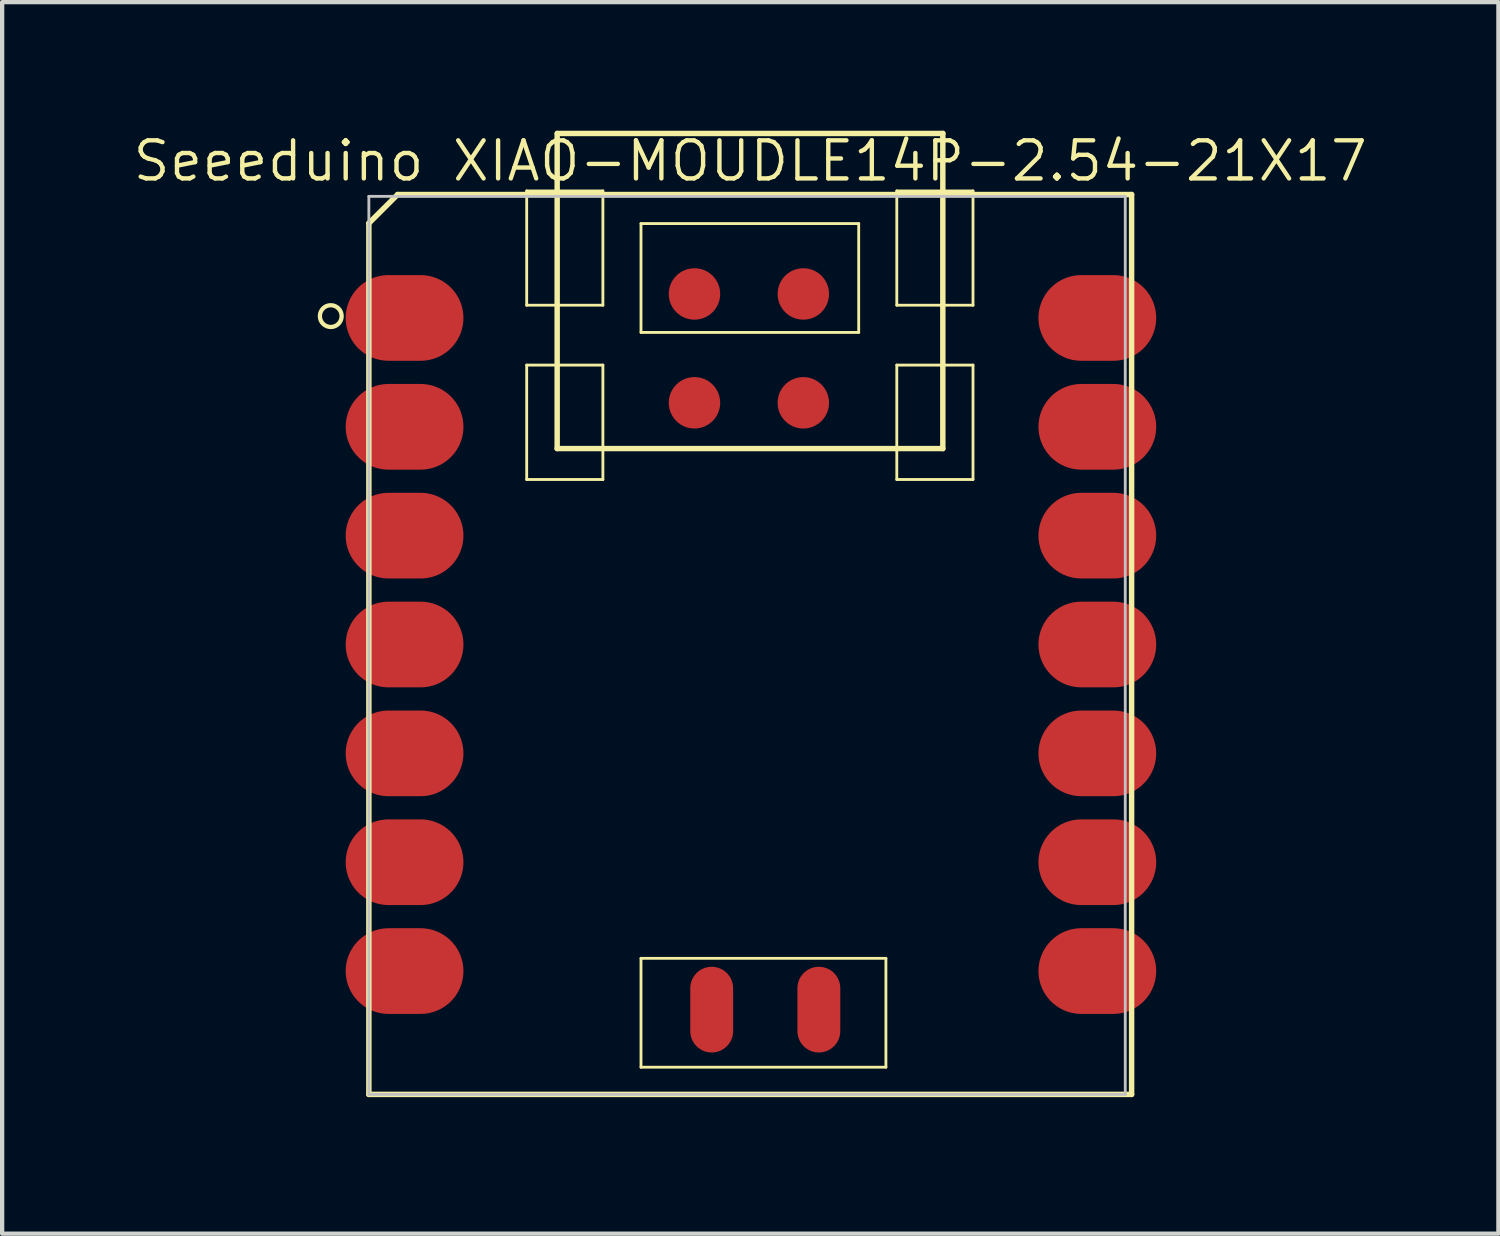
<source format=kicad_pcb>
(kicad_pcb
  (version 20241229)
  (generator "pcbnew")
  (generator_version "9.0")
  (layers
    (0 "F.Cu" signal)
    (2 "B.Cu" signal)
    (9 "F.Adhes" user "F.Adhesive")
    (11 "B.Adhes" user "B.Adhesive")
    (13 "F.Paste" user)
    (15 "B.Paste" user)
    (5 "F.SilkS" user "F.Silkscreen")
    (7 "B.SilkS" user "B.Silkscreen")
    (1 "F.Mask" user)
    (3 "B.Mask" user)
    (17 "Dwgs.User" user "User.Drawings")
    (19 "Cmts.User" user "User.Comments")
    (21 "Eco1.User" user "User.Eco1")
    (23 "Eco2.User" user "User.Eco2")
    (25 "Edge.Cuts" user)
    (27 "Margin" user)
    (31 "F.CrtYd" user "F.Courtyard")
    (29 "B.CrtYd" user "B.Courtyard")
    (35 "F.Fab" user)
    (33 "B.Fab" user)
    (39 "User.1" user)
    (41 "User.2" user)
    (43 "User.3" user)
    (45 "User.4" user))
  (footprint "Seeeduino XIAO-MOUDLE14P-2.54-21X17"
    (layer "F.Cu")
    (at 5.557 22.487)
    (property "Reference" "Seeeduino XIAO-MOUDLE14P-2.54-21X17" (at 8.9 -21.78 0) (layer "F.SilkS") (effects (font (size 0.889 0.889) (thickness 0.102))))
    (attr smd)
    (fp_line (start 0 -20.328) (end 0 0) (stroke (width 0.127) (type solid)) (layer "F.SilkS"))
    (fp_line (start 0 0) (end 17.798 0) (stroke (width 0.127) (type solid)) (layer "F.SilkS"))
    (fp_line (start 0.671 -20.998) (end 0 -20.328) (stroke (width 0.127) (type solid)) (layer "F.SilkS"))
    (fp_line (start 3.683 -21.082) (end 5.461 -21.082) (stroke (width 0.066) (type solid)) (layer "F.SilkS"))
    (fp_line (start 3.683 -18.415) (end 3.683 -21.082) (stroke (width 0.066) (type solid)) (layer "F.SilkS"))
    (fp_line (start 3.683 -18.415) (end 5.461 -18.415) (stroke (width 0.066) (type solid)) (layer "F.SilkS"))
    (fp_line (start 3.683 -17.018) (end 5.461 -17.018) (stroke (width 0.066) (type solid)) (layer "F.SilkS"))
    (fp_line (start 3.683 -14.348) (end 3.683 -17.018) (stroke (width 0.066) (type solid)) (layer "F.SilkS"))
    (fp_line (start 3.683 -14.348) (end 5.461 -14.348) (stroke (width 0.066) (type solid)) (layer "F.SilkS"))
    (fp_line (start 4.394 -15.07) (end 4.394 -22.423) (stroke (width 0.127) (type solid)) (layer "F.SilkS"))
    (fp_line (start 4.399 -22.423) (end 13.393 -22.423) (stroke (width 0.127) (type solid)) (layer "F.SilkS"))
    (fp_line (start 5.461 -18.415) (end 5.461 -21.082) (stroke (width 0.066) (type solid)) (layer "F.SilkS"))
    (fp_line (start 5.461 -14.348) (end 5.461 -17.018) (stroke (width 0.066) (type solid)) (layer "F.SilkS"))
    (fp_line (start 6.35 -20.32) (end 11.43 -20.32) (stroke (width 0.066) (type solid)) (layer "F.SilkS"))
    (fp_line (start 6.35 -17.78) (end 6.35 -20.32) (stroke (width 0.066) (type solid)) (layer "F.SilkS"))
    (fp_line (start 6.35 -17.78) (end 11.43 -17.78) (stroke (width 0.066) (type solid)) (layer "F.SilkS"))
    (fp_line (start 6.35 -3.175) (end 12.065 -3.175) (stroke (width 0.066) (type solid)) (layer "F.SilkS"))
    (fp_line (start 6.35 -0.635) (end 6.35 -3.175) (stroke (width 0.066) (type solid)) (layer "F.SilkS"))
    (fp_line (start 6.35 -0.635) (end 12.065 -0.635) (stroke (width 0.066) (type solid)) (layer "F.SilkS"))
    (fp_line (start 11.43 -17.78) (end 11.43 -20.32) (stroke (width 0.066) (type solid)) (layer "F.SilkS"))
    (fp_line (start 12.065 -0.635) (end 12.065 -3.175) (stroke (width 0.066) (type solid)) (layer "F.SilkS"))
    (fp_line (start 12.319 -21.082) (end 14.097 -21.082) (stroke (width 0.066) (type solid)) (layer "F.SilkS"))
    (fp_line (start 12.319 -18.415) (end 12.319 -21.082) (stroke (width 0.066) (type solid)) (layer "F.SilkS"))
    (fp_line (start 12.319 -18.415) (end 14.097 -18.415) (stroke (width 0.066) (type solid)) (layer "F.SilkS"))
    (fp_line (start 12.319 -17.018) (end 14.097 -17.018) (stroke (width 0.066) (type solid)) (layer "F.SilkS"))
    (fp_line (start 12.319 -14.348) (end 12.319 -17.018) (stroke (width 0.066) (type solid)) (layer "F.SilkS"))
    (fp_line (start 12.319 -14.348) (end 14.097 -14.348) (stroke (width 0.066) (type solid)) (layer "F.SilkS"))
    (fp_line (start 13.393 -22.423) (end 13.393 -15.07) (stroke (width 0.127) (type solid)) (layer "F.SilkS"))
    (fp_line (start 13.393 -15.07) (end 4.394 -15.07) (stroke (width 0.127) (type solid)) (layer "F.SilkS"))
    (fp_line (start 14.097 -18.415) (end 14.097 -21.082) (stroke (width 0.066) (type solid)) (layer "F.SilkS"))
    (fp_line (start 14.097 -14.348) (end 14.097 -17.018) (stroke (width 0.066) (type solid)) (layer "F.SilkS"))
    (fp_line (start 17.798 -20.998) (end 0.671 -20.998) (stroke (width 0.127) (type solid)) (layer "F.SilkS"))
    (fp_line (start 17.798 0) (end 17.798 -20.998) (stroke (width 0.127) (type solid)) (layer "F.SilkS"))
    (fp_circle (center -0.889 -18.161) (end -0.889 -18.415) (stroke (width 0.1) (type solid)) (fill no) (layer "F.SilkS"))
    (fp_line (start 0 -20.955) (end 17.65 -20.955) (stroke (width 0.066) (type solid)) (layer "Dwgs.User"))
    (fp_line (start 0 0) (end 0 -20.955) (stroke (width 0.066) (type solid)) (layer "Dwgs.User"))
    (fp_line (start 0 0) (end 17.65 0) (stroke (width 0.066) (type solid)) (layer "Dwgs.User"))
    (fp_line (start 17.65 0) (end 17.65 -20.955) (stroke (width 0.066) (type solid)) (layer "Dwgs.User"))
    (pad "1" smd oval (at 0.833 -18.118) (size 2.748 1.999) (layers "F.Cu" "F.Mask" "F.Paste"))
    (pad "2" smd oval (at 0.833 -15.578) (size 2.748 1.999) (layers "F.Cu" "F.Mask" "F.Paste"))
    (pad "3" smd oval (at 0.833 -13.038) (size 2.748 1.999) (layers "F.Cu" "F.Mask" "F.Paste"))
    (pad "4" smd oval (at 0.833 -10.498) (size 2.748 1.999) (layers "F.Cu" "F.Mask" "F.Paste"))
    (pad "5" smd oval (at 0.833 -7.958) (size 2.748 1.999) (layers "F.Cu" "F.Mask" "F.Paste"))
    (pad "6" smd oval (at 0.833 -5.418) (size 2.748 1.999) (layers "F.Cu" "F.Mask" "F.Paste"))
    (pad "7" smd oval (at 0.833 -2.878) (size 2.748 1.999) (layers "F.Cu" "F.Mask" "F.Paste"))
    (pad "8" smd oval (at 16.998 -2.878) (size 2.748 1.999) (layers "F.Cu" "F.Mask" "F.Paste"))
    (pad "9" smd oval (at 16.998 -5.418) (size 2.748 1.999) (layers "F.Cu" "F.Mask" "F.Paste"))
    (pad "10" smd oval (at 16.998 -7.958) (size 2.748 1.999) (layers "F.Cu" "F.Mask" "F.Paste"))
    (pad "11" smd oval (at 16.998 -10.498) (size 2.748 1.999) (layers "F.Cu" "F.Mask" "F.Paste"))
    (pad "12" smd oval (at 16.998 -13.038) (size 2.748 1.999) (layers "F.Cu" "F.Mask" "F.Paste"))
    (pad "13" smd oval (at 16.998 -15.578) (size 2.748 1.999) (layers "F.Cu" "F.Mask" "F.Paste"))
    (pad "14" smd oval (at 16.998 -18.118) (size 2.748 1.999) (layers "F.Cu" "F.Mask" "F.Paste"))
    (pad "15" smd oval (at 8 -1.978) (size 1 2) (layers "F.Cu" "F.Mask" "F.Paste"))
    (pad "16" smd oval (at 10.5 -1.978) (size 1 2) (layers "F.Cu" "F.Mask" "F.Paste"))
    (pad "TP2" smd circle (at 7.598 -16.138) (size 1.2 1.2) (layers "F.Cu" "F.Mask" "F.Paste"))
    (pad "TP3" smd circle (at 10.138 -18.678) (size 1.2 1.2) (layers "F.Cu" "F.Mask" "F.Paste"))
    (pad "TP4" smd circle (at 10.138 -16.138) (size 1.2 1.2) (layers "F.Cu" "F.Mask" "F.Paste"))
    (pad "TP5" smd circle (at 7.598 -18.678) (size 1.2 1.2) (layers "F.Cu" "F.Mask" "F.Paste")))
  (gr_rect
    (start -3 -3)
    (end 31.914 25.737)
    (stroke (width 0.1) (type default))
    (fill no)
    (layer "Edge.Cuts")))
</source>
